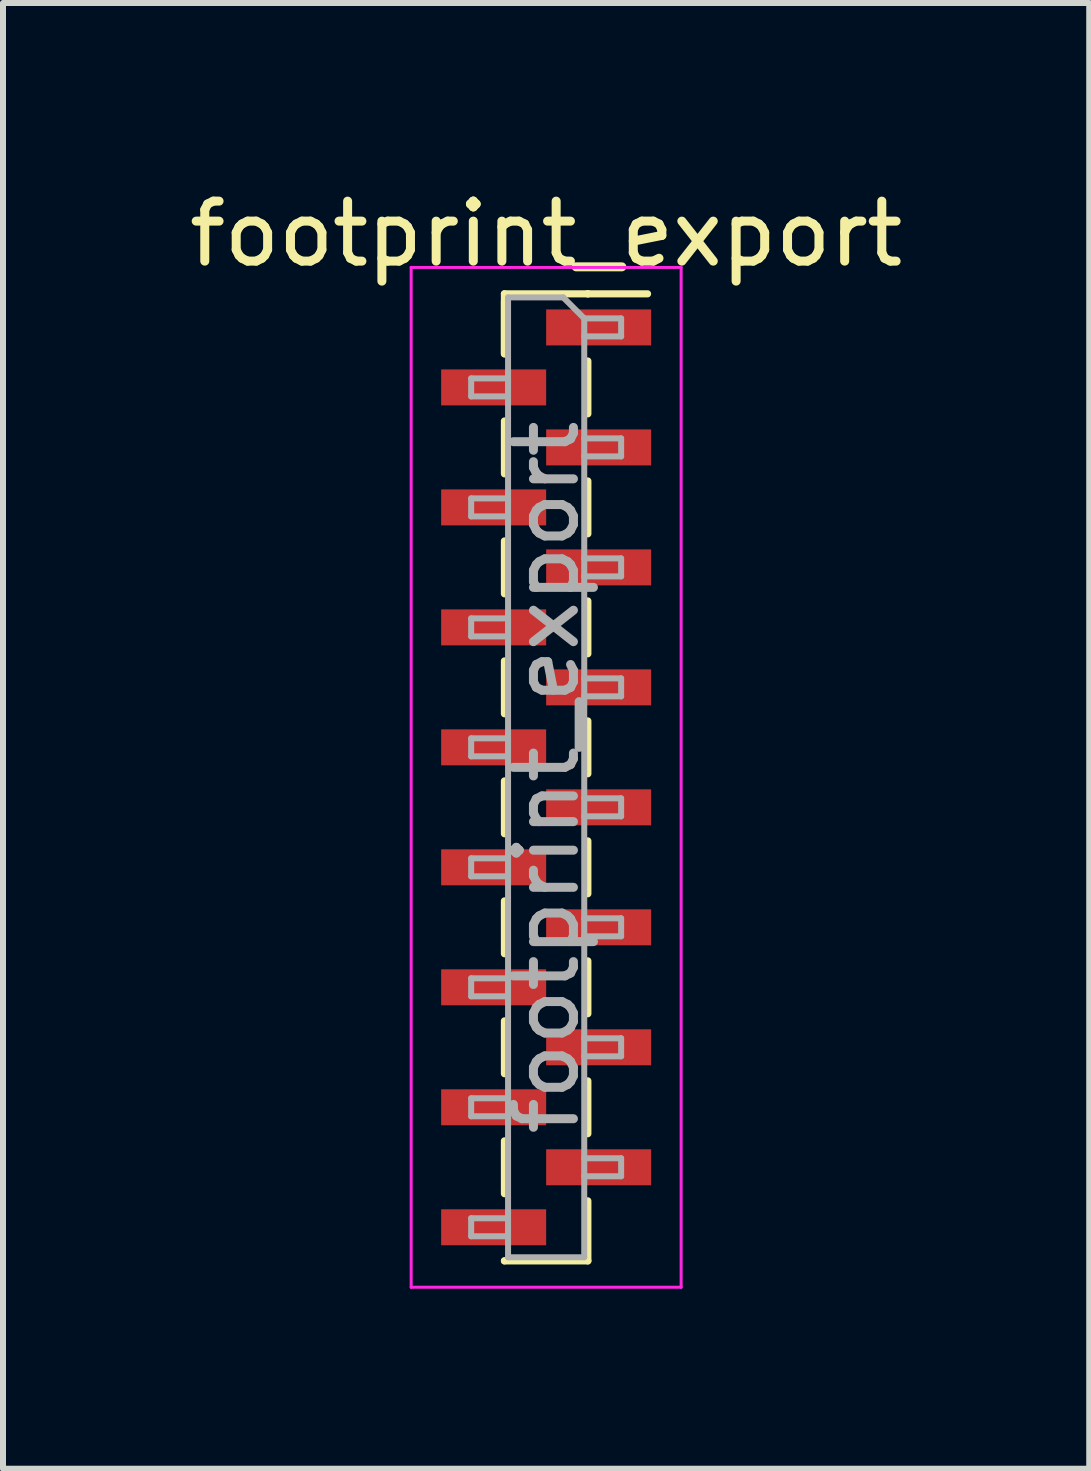
<source format=kicad_pcb>
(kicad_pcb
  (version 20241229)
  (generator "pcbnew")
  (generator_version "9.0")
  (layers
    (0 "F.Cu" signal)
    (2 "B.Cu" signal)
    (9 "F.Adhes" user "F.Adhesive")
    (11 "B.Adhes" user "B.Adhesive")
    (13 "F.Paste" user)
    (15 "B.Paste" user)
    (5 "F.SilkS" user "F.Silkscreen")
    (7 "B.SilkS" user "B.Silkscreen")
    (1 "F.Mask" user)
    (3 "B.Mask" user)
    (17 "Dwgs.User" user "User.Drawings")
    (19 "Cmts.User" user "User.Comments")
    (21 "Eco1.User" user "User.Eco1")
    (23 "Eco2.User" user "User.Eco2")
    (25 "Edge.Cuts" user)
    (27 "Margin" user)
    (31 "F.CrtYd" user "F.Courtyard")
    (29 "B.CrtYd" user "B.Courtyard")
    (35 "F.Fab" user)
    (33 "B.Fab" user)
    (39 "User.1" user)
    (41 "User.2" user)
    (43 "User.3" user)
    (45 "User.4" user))
  (footprint "footprint_export"
    (layer "F.Cu")
    (at 6.054 9.908)
    (property "Reference" "footprint_export" (at 0 -9.06 0) (layer "F.SilkS") (effects (font (size 1 1) (thickness 0.15))))
    (attr smd)
    (fp_line (start -0.695 -8.06) (end -0.695 -7.06) (stroke (width 0.12) (type solid)) (layer "F.SilkS"))
    (fp_line (start -0.695 -8.06) (end 0.695 -8.06) (stroke (width 0.12) (type solid)) (layer "F.SilkS"))
    (fp_line (start -0.695 -7.94) (end -0.695 -7.06) (stroke (width 0.12) (type solid)) (layer "F.SilkS"))
    (fp_line (start -0.695 -5.94) (end -0.695 -5.06) (stroke (width 0.12) (type solid)) (layer "F.SilkS"))
    (fp_line (start -0.695 -3.94) (end -0.695 -3.06) (stroke (width 0.12) (type solid)) (layer "F.SilkS"))
    (fp_line (start -0.695 -1.94) (end -0.695 -1.06) (stroke (width 0.12) (type solid)) (layer "F.SilkS"))
    (fp_line (start -0.695 0.06) (end -0.695 0.94) (stroke (width 0.12) (type solid)) (layer "F.SilkS"))
    (fp_line (start -0.695 2.06) (end -0.695 2.94) (stroke (width 0.12) (type solid)) (layer "F.SilkS"))
    (fp_line (start -0.695 4.06) (end -0.695 4.94) (stroke (width 0.12) (type solid)) (layer "F.SilkS"))
    (fp_line (start -0.695 6.06) (end -0.695 6.94) (stroke (width 0.12) (type solid)) (layer "F.SilkS"))
    (fp_line (start -0.695 8.06) (end -0.695 8.06) (stroke (width 0.12) (type solid)) (layer "F.SilkS"))
    (fp_line (start -0.695 8.06) (end 0.695 8.06) (stroke (width 0.12) (type solid)) (layer "F.SilkS"))
    (fp_line (start 0.695 -8.06) (end 0.695 -8.06) (stroke (width 0.12) (type solid)) (layer "F.SilkS"))
    (fp_line (start 0.695 -8.06) (end 1.69 -8.06) (stroke (width 0.12) (type solid)) (layer "F.SilkS"))
    (fp_line (start 0.695 -6.94) (end 0.695 -6.06) (stroke (width 0.12) (type solid)) (layer "F.SilkS"))
    (fp_line (start 0.695 -4.94) (end 0.695 -4.06) (stroke (width 0.12) (type solid)) (layer "F.SilkS"))
    (fp_line (start 0.695 -2.94) (end 0.695 -2.06) (stroke (width 0.12) (type solid)) (layer "F.SilkS"))
    (fp_line (start 0.695 -0.94) (end 0.695 -0.06) (stroke (width 0.12) (type solid)) (layer "F.SilkS"))
    (fp_line (start 0.695 1.06) (end 0.695 1.94) (stroke (width 0.12) (type solid)) (layer "F.SilkS"))
    (fp_line (start 0.695 3.06) (end 0.695 3.94) (stroke (width 0.12) (type solid)) (layer "F.SilkS"))
    (fp_line (start 0.695 5.06) (end 0.695 5.94) (stroke (width 0.12) (type solid)) (layer "F.SilkS"))
    (fp_line (start 0.695 7.06) (end 0.695 8.06) (stroke (width 0.12) (type solid)) (layer "F.SilkS"))
    (fp_line (start -2.25 -8.5) (end -2.25 8.5) (stroke (width 0.05) (type solid)) (layer "F.CrtYd"))
    (fp_line (start -2.25 8.5) (end 2.25 8.5) (stroke (width 0.05) (type solid)) (layer "F.CrtYd"))
    (fp_line (start 2.25 -8.5) (end -2.25 -8.5) (stroke (width 0.05) (type solid)) (layer "F.CrtYd"))
    (fp_line (start 2.25 8.5) (end 2.25 -8.5) (stroke (width 0.05) (type solid)) (layer "F.CrtYd"))
    (fp_line (start -1.25 -6.65) (end -1.25 -6.35) (stroke (width 0.1) (type solid)) (layer "F.Fab"))
    (fp_line (start -1.25 -6.35) (end -0.635 -6.35) (stroke (width 0.1) (type solid)) (layer "F.Fab"))
    (fp_line (start -1.25 -4.65) (end -1.25 -4.35) (stroke (width 0.1) (type solid)) (layer "F.Fab"))
    (fp_line (start -1.25 -4.35) (end -0.635 -4.35) (stroke (width 0.1) (type solid)) (layer "F.Fab"))
    (fp_line (start -1.25 -2.65) (end -1.25 -2.35) (stroke (width 0.1) (type solid)) (layer "F.Fab"))
    (fp_line (start -1.25 -2.35) (end -0.635 -2.35) (stroke (width 0.1) (type solid)) (layer "F.Fab"))
    (fp_line (start -1.25 -0.65) (end -1.25 -0.35) (stroke (width 0.1) (type solid)) (layer "F.Fab"))
    (fp_line (start -1.25 -0.35) (end -0.635 -0.35) (stroke (width 0.1) (type solid)) (layer "F.Fab"))
    (fp_line (start -1.25 1.35) (end -1.25 1.65) (stroke (width 0.1) (type solid)) (layer "F.Fab"))
    (fp_line (start -1.25 1.65) (end -0.635 1.65) (stroke (width 0.1) (type solid)) (layer "F.Fab"))
    (fp_line (start -1.25 3.35) (end -1.25 3.65) (stroke (width 0.1) (type solid)) (layer "F.Fab"))
    (fp_line (start -1.25 3.65) (end -0.635 3.65) (stroke (width 0.1) (type solid)) (layer "F.Fab"))
    (fp_line (start -1.25 5.35) (end -1.25 5.65) (stroke (width 0.1) (type solid)) (layer "F.Fab"))
    (fp_line (start -1.25 5.65) (end -0.635 5.65) (stroke (width 0.1) (type solid)) (layer "F.Fab"))
    (fp_line (start -1.25 7.35) (end -1.25 7.65) (stroke (width 0.1) (type solid)) (layer "F.Fab"))
    (fp_line (start -1.25 7.65) (end -0.635 7.65) (stroke (width 0.1) (type solid)) (layer "F.Fab"))
    (fp_line (start -0.635 -8) (end -0.635 8) (stroke (width 0.1) (type solid)) (layer "F.Fab"))
    (fp_line (start -0.635 -8) (end 0.285 -8) (stroke (width 0.1) (type solid)) (layer "F.Fab"))
    (fp_line (start -0.635 -6.65) (end -1.25 -6.65) (stroke (width 0.1) (type solid)) (layer "F.Fab"))
    (fp_line (start -0.635 -4.65) (end -1.25 -4.65) (stroke (width 0.1) (type solid)) (layer "F.Fab"))
    (fp_line (start -0.635 -2.65) (end -1.25 -2.65) (stroke (width 0.1) (type solid)) (layer "F.Fab"))
    (fp_line (start -0.635 -0.65) (end -1.25 -0.65) (stroke (width 0.1) (type solid)) (layer "F.Fab"))
    (fp_line (start -0.635 1.35) (end -1.25 1.35) (stroke (width 0.1) (type solid)) (layer "F.Fab"))
    (fp_line (start -0.635 3.35) (end -1.25 3.35) (stroke (width 0.1) (type solid)) (layer "F.Fab"))
    (fp_line (start -0.635 5.35) (end -1.25 5.35) (stroke (width 0.1) (type solid)) (layer "F.Fab"))
    (fp_line (start -0.635 7.35) (end -1.25 7.35) (stroke (width 0.1) (type solid)) (layer "F.Fab"))
    (fp_line (start 0.635 -7.65) (end 0.285 -8) (stroke (width 0.1) (type solid)) (layer "F.Fab"))
    (fp_line (start 0.635 -7.65) (end 1.25 -7.65) (stroke (width 0.1) (type solid)) (layer "F.Fab"))
    (fp_line (start 0.635 -5.65) (end 1.25 -5.65) (stroke (width 0.1) (type solid)) (layer "F.Fab"))
    (fp_line (start 0.635 -3.65) (end 1.25 -3.65) (stroke (width 0.1) (type solid)) (layer "F.Fab"))
    (fp_line (start 0.635 -1.65) (end 1.25 -1.65) (stroke (width 0.1) (type solid)) (layer "F.Fab"))
    (fp_line (start 0.635 0.35) (end 1.25 0.35) (stroke (width 0.1) (type solid)) (layer "F.Fab"))
    (fp_line (start 0.635 2.35) (end 1.25 2.35) (stroke (width 0.1) (type solid)) (layer "F.Fab"))
    (fp_line (start 0.635 4.35) (end 1.25 4.35) (stroke (width 0.1) (type solid)) (layer "F.Fab"))
    (fp_line (start 0.635 6.35) (end 1.25 6.35) (stroke (width 0.1) (type solid)) (layer "F.Fab"))
    (fp_line (start 0.635 8) (end -0.635 8) (stroke (width 0.1) (type solid)) (layer "F.Fab"))
    (fp_line (start 0.635 8) (end 0.635 -7.65) (stroke (width 0.1) (type solid)) (layer "F.Fab"))
    (fp_line (start 1.25 -7.65) (end 1.25 -7.35) (stroke (width 0.1) (type solid)) (layer "F.Fab"))
    (fp_line (start 1.25 -7.35) (end 0.635 -7.35) (stroke (width 0.1) (type solid)) (layer "F.Fab"))
    (fp_line (start 1.25 -5.65) (end 1.25 -5.35) (stroke (width 0.1) (type solid)) (layer "F.Fab"))
    (fp_line (start 1.25 -5.35) (end 0.635 -5.35) (stroke (width 0.1) (type solid)) (layer "F.Fab"))
    (fp_line (start 1.25 -3.65) (end 1.25 -3.35) (stroke (width 0.1) (type solid)) (layer "F.Fab"))
    (fp_line (start 1.25 -3.35) (end 0.635 -3.35) (stroke (width 0.1) (type solid)) (layer "F.Fab"))
    (fp_line (start 1.25 -1.65) (end 1.25 -1.35) (stroke (width 0.1) (type solid)) (layer "F.Fab"))
    (fp_line (start 1.25 -1.35) (end 0.635 -1.35) (stroke (width 0.1) (type solid)) (layer "F.Fab"))
    (fp_line (start 1.25 0.35) (end 1.25 0.65) (stroke (width 0.1) (type solid)) (layer "F.Fab"))
    (fp_line (start 1.25 0.65) (end 0.635 0.65) (stroke (width 0.1) (type solid)) (layer "F.Fab"))
    (fp_line (start 1.25 2.35) (end 1.25 2.65) (stroke (width 0.1) (type solid)) (layer "F.Fab"))
    (fp_line (start 1.25 2.65) (end 0.635 2.65) (stroke (width 0.1) (type solid)) (layer "F.Fab"))
    (fp_line (start 1.25 4.35) (end 1.25 4.65) (stroke (width 0.1) (type solid)) (layer "F.Fab"))
    (fp_line (start 1.25 4.65) (end 0.635 4.65) (stroke (width 0.1) (type solid)) (layer "F.Fab"))
    (fp_line (start 1.25 6.35) (end 1.25 6.65) (stroke (width 0.1) (type solid)) (layer "F.Fab"))
    (fp_line (start 1.25 6.65) (end 0.635 6.65) (stroke (width 0.1) (type solid)) (layer "F.Fab"))
    (fp_text user "${REFERENCE}" (at 0 0 90) (layer "F.Fab") (effects (font (size 1 1) (thickness 0.15))))
    (pad "1" smd rect (at 0.875 -7.5) (size 1.75 0.6) (layers "F.Cu" "F.Mask" "F.Paste"))
    (pad "2" smd rect (at -0.875 -6.5) (size 1.75 0.6) (layers "F.Cu" "F.Mask" "F.Paste"))
    (pad "3" smd rect (at 0.875 -5.5) (size 1.75 0.6) (layers "F.Cu" "F.Mask" "F.Paste"))
    (pad "4" smd rect (at -0.875 -4.5) (size 1.75 0.6) (layers "F.Cu" "F.Mask" "F.Paste"))
    (pad "5" smd rect (at 0.875 -3.5) (size 1.75 0.6) (layers "F.Cu" "F.Mask" "F.Paste"))
    (pad "6" smd rect (at -0.875 -2.5) (size 1.75 0.6) (layers "F.Cu" "F.Mask" "F.Paste"))
    (pad "7" smd rect (at 0.875 -1.5) (size 1.75 0.6) (layers "F.Cu" "F.Mask" "F.Paste"))
    (pad "8" smd rect (at -0.875 -0.5) (size 1.75 0.6) (layers "F.Cu" "F.Mask" "F.Paste"))
    (pad "9" smd rect (at 0.875 0.5) (size 1.75 0.6) (layers "F.Cu" "F.Mask" "F.Paste"))
    (pad "10" smd rect (at -0.875 1.5) (size 1.75 0.6) (layers "F.Cu" "F.Mask" "F.Paste"))
    (pad "11" smd rect (at 0.875 2.5) (size 1.75 0.6) (layers "F.Cu" "F.Mask" "F.Paste"))
    (pad "12" smd rect (at -0.875 3.5) (size 1.75 0.6) (layers "F.Cu" "F.Mask" "F.Paste"))
    (pad "13" smd rect (at 0.875 4.5) (size 1.75 0.6) (layers "F.Cu" "F.Mask" "F.Paste"))
    (pad "14" smd rect (at -0.875 5.5) (size 1.75 0.6) (layers "F.Cu" "F.Mask" "F.Paste"))
    (pad "15" smd rect (at 0.875 6.5) (size 1.75 0.6) (layers "F.Cu" "F.Mask" "F.Paste"))
    (pad "16" smd rect (at -0.875 7.5) (size 1.75 0.6) (layers "F.Cu" "F.Mask" "F.Paste")))
  (gr_rect
    (start -3 -3)
    (end 15.107 21.433)
    (stroke (width 0.1) (type default))
    (fill no)
    (layer "Edge.Cuts")))
</source>
